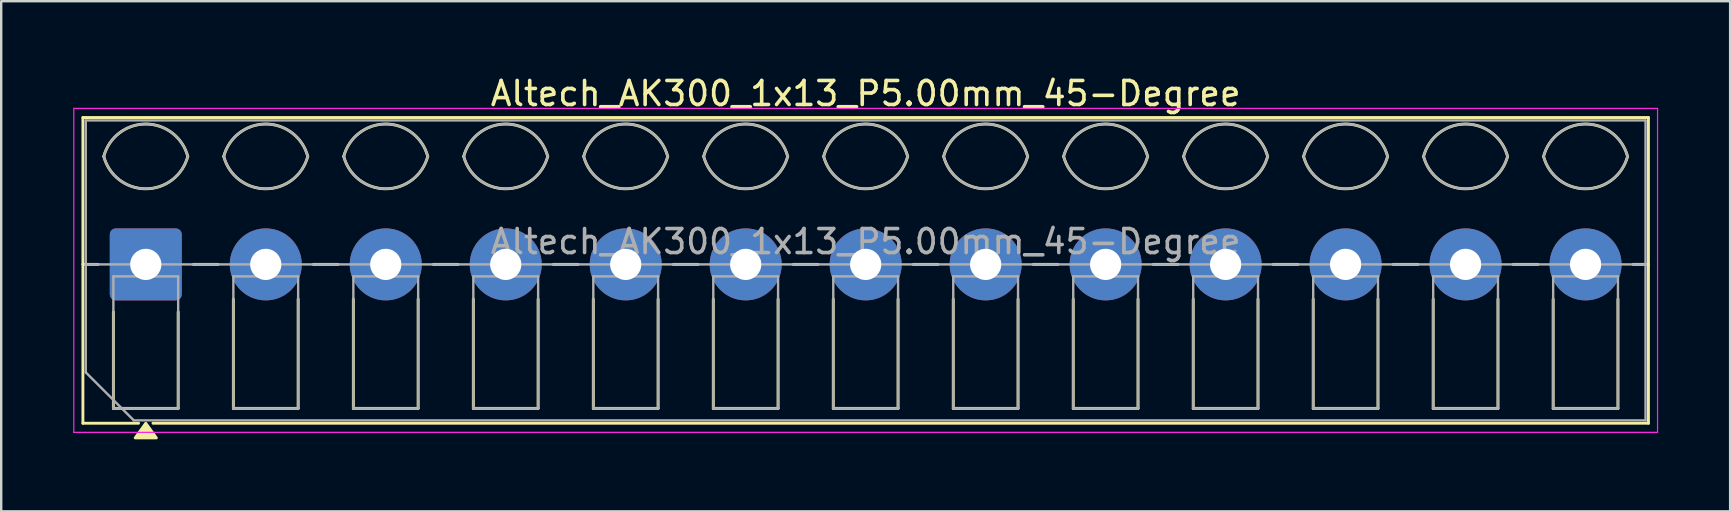
<source format=kicad_pcb>
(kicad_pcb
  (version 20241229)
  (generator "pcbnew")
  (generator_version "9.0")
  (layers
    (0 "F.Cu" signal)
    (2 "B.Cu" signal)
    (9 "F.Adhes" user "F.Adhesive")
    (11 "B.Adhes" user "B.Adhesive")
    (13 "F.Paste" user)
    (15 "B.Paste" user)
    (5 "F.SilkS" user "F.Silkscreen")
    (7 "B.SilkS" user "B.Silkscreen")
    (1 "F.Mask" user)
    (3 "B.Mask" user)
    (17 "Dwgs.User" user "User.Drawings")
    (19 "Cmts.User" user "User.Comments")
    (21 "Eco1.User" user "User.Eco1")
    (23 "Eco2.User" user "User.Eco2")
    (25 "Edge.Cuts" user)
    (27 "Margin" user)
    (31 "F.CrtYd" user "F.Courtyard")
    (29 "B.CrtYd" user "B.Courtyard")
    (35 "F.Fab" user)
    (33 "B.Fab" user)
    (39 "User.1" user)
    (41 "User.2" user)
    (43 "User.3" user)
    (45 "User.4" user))
  (footprint "Altech_AK300_1x13_P5.00mm_45-Degree"
    (layer "F.Cu")
    (at 3.025 7.968)
    (property "Reference" "Altech_AK300_1x13_P5.00mm_45-Degree" (at 30 -7.12 0) (layer "F.SilkS") (effects (font (size 1 1) (thickness 0.15))))
    (attr through_hole)
    (fp_line (start -2.62 -6.12) (end 62.62 -6.12) (stroke (width 0.12) (type solid)) (layer "F.SilkS"))
    (fp_line (start -2.62 0) (end -1.98 0) (stroke (width 0.12) (type solid)) (layer "F.SilkS"))
    (fp_line (start -2.62 6.62) (end -2.62 -6.12) (stroke (width 0.12) (type solid)) (layer "F.SilkS"))
    (fp_line (start -1.35 6) (end -1.35 1.98) (stroke (width 0.12) (type solid)) (layer "F.SilkS"))
    (fp_line (start -0.3 6.62) (end -2.62 6.62) (stroke (width 0.12) (type solid)) (layer "F.SilkS"))
    (fp_line (start 1.35 1.98) (end 1.35 6) (stroke (width 0.12) (type solid)) (layer "F.SilkS"))
    (fp_line (start 1.35 6) (end -1.35 6) (stroke (width 0.12) (type solid)) (layer "F.SilkS"))
    (fp_line (start 1.98 0) (end 3.02 0) (stroke (width 0.12) (type solid)) (layer "F.SilkS"))
    (fp_line (start 3.65 6) (end 3.65 1.448) (stroke (width 0.12) (type solid)) (layer "F.SilkS"))
    (fp_line (start 6.35 1.448) (end 6.35 6) (stroke (width 0.12) (type solid)) (layer "F.SilkS"))
    (fp_line (start 6.35 6) (end 3.65 6) (stroke (width 0.12) (type solid)) (layer "F.SilkS"))
    (fp_line (start 6.98 0) (end 8.02 0) (stroke (width 0.12) (type solid)) (layer "F.SilkS"))
    (fp_line (start 8.65 6) (end 8.65 1.448) (stroke (width 0.12) (type solid)) (layer "F.SilkS"))
    (fp_line (start 11.35 1.448) (end 11.35 6) (stroke (width 0.12) (type solid)) (layer "F.SilkS"))
    (fp_line (start 11.35 6) (end 8.65 6) (stroke (width 0.12) (type solid)) (layer "F.SilkS"))
    (fp_line (start 11.98 0) (end 13.02 0) (stroke (width 0.12) (type solid)) (layer "F.SilkS"))
    (fp_line (start 13.65 6) (end 13.65 1.448) (stroke (width 0.12) (type solid)) (layer "F.SilkS"))
    (fp_line (start 16.35 1.448) (end 16.35 6) (stroke (width 0.12) (type solid)) (layer "F.SilkS"))
    (fp_line (start 16.35 6) (end 13.65 6) (stroke (width 0.12) (type solid)) (layer "F.SilkS"))
    (fp_line (start 16.98 0) (end 18.02 0) (stroke (width 0.12) (type solid)) (layer "F.SilkS"))
    (fp_line (start 18.65 6) (end 18.65 1.448) (stroke (width 0.12) (type solid)) (layer "F.SilkS"))
    (fp_line (start 21.35 1.448) (end 21.35 6) (stroke (width 0.12) (type solid)) (layer "F.SilkS"))
    (fp_line (start 21.35 6) (end 18.65 6) (stroke (width 0.12) (type solid)) (layer "F.SilkS"))
    (fp_line (start 21.98 0) (end 23.02 0) (stroke (width 0.12) (type solid)) (layer "F.SilkS"))
    (fp_line (start 23.65 6) (end 23.65 1.448) (stroke (width 0.12) (type solid)) (layer "F.SilkS"))
    (fp_line (start 26.35 1.448) (end 26.35 6) (stroke (width 0.12) (type solid)) (layer "F.SilkS"))
    (fp_line (start 26.35 6) (end 23.65 6) (stroke (width 0.12) (type solid)) (layer "F.SilkS"))
    (fp_line (start 26.98 0) (end 28.02 0) (stroke (width 0.12) (type solid)) (layer "F.SilkS"))
    (fp_line (start 28.65 6) (end 28.65 1.448) (stroke (width 0.12) (type solid)) (layer "F.SilkS"))
    (fp_line (start 31.35 1.448) (end 31.35 6) (stroke (width 0.12) (type solid)) (layer "F.SilkS"))
    (fp_line (start 31.35 6) (end 28.65 6) (stroke (width 0.12) (type solid)) (layer "F.SilkS"))
    (fp_line (start 31.98 0) (end 33.02 0) (stroke (width 0.12) (type solid)) (layer "F.SilkS"))
    (fp_line (start 33.65 6) (end 33.65 1.448) (stroke (width 0.12) (type solid)) (layer "F.SilkS"))
    (fp_line (start 36.35 1.448) (end 36.35 6) (stroke (width 0.12) (type solid)) (layer "F.SilkS"))
    (fp_line (start 36.35 6) (end 33.65 6) (stroke (width 0.12) (type solid)) (layer "F.SilkS"))
    (fp_line (start 36.98 0) (end 38.02 0) (stroke (width 0.12) (type solid)) (layer "F.SilkS"))
    (fp_line (start 38.65 6) (end 38.65 1.448) (stroke (width 0.12) (type solid)) (layer "F.SilkS"))
    (fp_line (start 41.35 1.448) (end 41.35 6) (stroke (width 0.12) (type solid)) (layer "F.SilkS"))
    (fp_line (start 41.35 6) (end 38.65 6) (stroke (width 0.12) (type solid)) (layer "F.SilkS"))
    (fp_line (start 41.98 0) (end 43.02 0) (stroke (width 0.12) (type solid)) (layer "F.SilkS"))
    (fp_line (start 43.65 6) (end 43.65 1.448) (stroke (width 0.12) (type solid)) (layer "F.SilkS"))
    (fp_line (start 46.35 1.448) (end 46.35 6) (stroke (width 0.12) (type solid)) (layer "F.SilkS"))
    (fp_line (start 46.35 6) (end 43.65 6) (stroke (width 0.12) (type solid)) (layer "F.SilkS"))
    (fp_line (start 46.98 0) (end 48.02 0) (stroke (width 0.12) (type solid)) (layer "F.SilkS"))
    (fp_line (start 48.65 6) (end 48.65 1.448) (stroke (width 0.12) (type solid)) (layer "F.SilkS"))
    (fp_line (start 51.35 1.448) (end 51.35 6) (stroke (width 0.12) (type solid)) (layer "F.SilkS"))
    (fp_line (start 51.35 6) (end 48.65 6) (stroke (width 0.12) (type solid)) (layer "F.SilkS"))
    (fp_line (start 51.98 0) (end 53.02 0) (stroke (width 0.12) (type solid)) (layer "F.SilkS"))
    (fp_line (start 53.65 6) (end 53.65 1.448) (stroke (width 0.12) (type solid)) (layer "F.SilkS"))
    (fp_line (start 56.35 1.448) (end 56.35 6) (stroke (width 0.12) (type solid)) (layer "F.SilkS"))
    (fp_line (start 56.35 6) (end 53.65 6) (stroke (width 0.12) (type solid)) (layer "F.SilkS"))
    (fp_line (start 56.98 0) (end 58.02 0) (stroke (width 0.12) (type solid)) (layer "F.SilkS"))
    (fp_line (start 58.65 6) (end 58.65 1.448) (stroke (width 0.12) (type solid)) (layer "F.SilkS"))
    (fp_line (start 61.35 1.448) (end 61.35 6) (stroke (width 0.12) (type solid)) (layer "F.SilkS"))
    (fp_line (start 61.35 6) (end 58.65 6) (stroke (width 0.12) (type solid)) (layer "F.SilkS"))
    (fp_line (start 61.98 0) (end 62.62 0) (stroke (width 0.12) (type solid)) (layer "F.SilkS"))
    (fp_line (start 62.62 -6.12) (end 62.62 6.62) (stroke (width 0.12) (type solid)) (layer "F.SilkS"))
    (fp_line (start 62.62 6.62) (end 0.3 6.62) (stroke (width 0.12) (type solid)) (layer "F.SilkS"))
    (fp_arc (start -1.75 -4.5) (mid 0 -5.85) (end 1.75 -4.5) (stroke (width 0.12) (type solid)) (layer "F.SilkS"))
    (fp_arc (start 1.75 -4.5) (mid 0 -3.15) (end -1.75 -4.5) (stroke (width 0.12) (type solid)) (layer "F.SilkS"))
    (fp_arc (start 3.25 -4.5) (mid 5 -5.85) (end 6.75 -4.5) (stroke (width 0.12) (type solid)) (layer "F.SilkS"))
    (fp_arc (start 6.75 -4.5) (mid 5 -3.15) (end 3.25 -4.5) (stroke (width 0.12) (type solid)) (layer "F.SilkS"))
    (fp_arc (start 8.25 -4.5) (mid 10 -5.85) (end 11.75 -4.5) (stroke (width 0.12) (type solid)) (layer "F.SilkS"))
    (fp_arc (start 11.75 -4.5) (mid 10 -3.15) (end 8.25 -4.5) (stroke (width 0.12) (type solid)) (layer "F.SilkS"))
    (fp_arc (start 13.25 -4.5) (mid 15 -5.85) (end 16.75 -4.5) (stroke (width 0.12) (type solid)) (layer "F.SilkS"))
    (fp_arc (start 16.75 -4.5) (mid 15 -3.15) (end 13.25 -4.5) (stroke (width 0.12) (type solid)) (layer "F.SilkS"))
    (fp_arc (start 18.25 -4.5) (mid 20 -5.85) (end 21.75 -4.5) (stroke (width 0.12) (type solid)) (layer "F.SilkS"))
    (fp_arc (start 21.75 -4.5) (mid 20 -3.15) (end 18.25 -4.5) (stroke (width 0.12) (type solid)) (layer "F.SilkS"))
    (fp_arc (start 23.25 -4.5) (mid 25 -5.85) (end 26.75 -4.5) (stroke (width 0.12) (type solid)) (layer "F.SilkS"))
    (fp_arc (start 26.75 -4.5) (mid 25 -3.15) (end 23.25 -4.5) (stroke (width 0.12) (type solid)) (layer "F.SilkS"))
    (fp_arc (start 28.25 -4.5) (mid 30 -5.85) (end 31.75 -4.5) (stroke (width 0.12) (type solid)) (layer "F.SilkS"))
    (fp_arc (start 31.75 -4.5) (mid 30 -3.15) (end 28.25 -4.5) (stroke (width 0.12) (type solid)) (layer "F.SilkS"))
    (fp_arc (start 33.25 -4.5) (mid 35 -5.85) (end 36.75 -4.5) (stroke (width 0.12) (type solid)) (layer "F.SilkS"))
    (fp_arc (start 36.75 -4.5) (mid 35 -3.15) (end 33.25 -4.5) (stroke (width 0.12) (type solid)) (layer "F.SilkS"))
    (fp_arc (start 38.25 -4.5) (mid 40 -5.85) (end 41.75 -4.5) (stroke (width 0.12) (type solid)) (layer "F.SilkS"))
    (fp_arc (start 41.75 -4.5) (mid 40 -3.15) (end 38.25 -4.5) (stroke (width 0.12) (type solid)) (layer "F.SilkS"))
    (fp_arc (start 43.25 -4.5) (mid 45 -5.85) (end 46.75 -4.5) (stroke (width 0.12) (type solid)) (layer "F.SilkS"))
    (fp_arc (start 46.75 -4.5) (mid 45 -3.15) (end 43.25 -4.5) (stroke (width 0.12) (type solid)) (layer "F.SilkS"))
    (fp_arc (start 48.25 -4.5) (mid 50 -5.85) (end 51.75 -4.5) (stroke (width 0.12) (type solid)) (layer "F.SilkS"))
    (fp_arc (start 51.75 -4.5) (mid 50 -3.15) (end 48.25 -4.5) (stroke (width 0.12) (type solid)) (layer "F.SilkS"))
    (fp_arc (start 53.25 -4.5) (mid 55 -5.85) (end 56.75 -4.5) (stroke (width 0.12) (type solid)) (layer "F.SilkS"))
    (fp_arc (start 56.75 -4.5) (mid 55 -3.15) (end 53.25 -4.5) (stroke (width 0.12) (type solid)) (layer "F.SilkS"))
    (fp_arc (start 58.25 -4.5) (mid 60 -5.85) (end 61.75 -4.5) (stroke (width 0.12) (type solid)) (layer "F.SilkS"))
    (fp_arc (start 61.75 -4.5) (mid 60 -3.15) (end 58.25 -4.5) (stroke (width 0.12) (type solid)) (layer "F.SilkS"))
    (fp_poly (pts (xy 0 6.62) (xy 0.44 7.23) (xy -0.44 7.23)) (stroke (width 0.12) (type solid)) (fill yes) (layer "F.SilkS"))
    (fp_line (start -3 -6.5) (end -3 7) (stroke (width 0.05) (type solid)) (layer "F.CrtYd"))
    (fp_line (start -3 7) (end 63 7) (stroke (width 0.05) (type solid)) (layer "F.CrtYd"))
    (fp_line (start 63 -6.5) (end -3 -6.5) (stroke (width 0.05) (type solid)) (layer "F.CrtYd"))
    (fp_line (start 63 7) (end 63 -6.5) (stroke (width 0.05) (type solid)) (layer "F.CrtYd"))
    (fp_line (start -2.5 -6) (end 62.5 -6) (stroke (width 0.1) (type solid)) (layer "F.Fab"))
    (fp_line (start -2.5 0) (end 62.5 0) (stroke (width 0.1) (type solid)) (layer "F.Fab"))
    (fp_line (start -2.5 4.5) (end -2.5 -6) (stroke (width 0.1) (type solid)) (layer "F.Fab"))
    (fp_line (start -1.35 0.5) (end -1.35 6) (stroke (width 0.1) (type solid)) (layer "F.Fab"))
    (fp_line (start -1.35 6) (end 1.35 6) (stroke (width 0.1) (type solid)) (layer "F.Fab"))
    (fp_line (start -0.5 6.5) (end -2.5 4.5) (stroke (width 0.1) (type solid)) (layer "F.Fab"))
    (fp_line (start 1.35 0.5) (end -1.35 0.5) (stroke (width 0.1) (type solid)) (layer "F.Fab"))
    (fp_line (start 1.35 6) (end 1.35 0.5) (stroke (width 0.1) (type solid)) (layer "F.Fab"))
    (fp_line (start 3.65 0.5) (end 3.65 6) (stroke (width 0.1) (type solid)) (layer "F.Fab"))
    (fp_line (start 3.65 6) (end 6.35 6) (stroke (width 0.1) (type solid)) (layer "F.Fab"))
    (fp_line (start 6.35 0.5) (end 3.65 0.5) (stroke (width 0.1) (type solid)) (layer "F.Fab"))
    (fp_line (start 6.35 6) (end 6.35 0.5) (stroke (width 0.1) (type solid)) (layer "F.Fab"))
    (fp_line (start 8.65 0.5) (end 8.65 6) (stroke (width 0.1) (type solid)) (layer "F.Fab"))
    (fp_line (start 8.65 6) (end 11.351 6) (stroke (width 0.1) (type solid)) (layer "F.Fab"))
    (fp_line (start 11.351 0.5) (end 8.65 0.5) (stroke (width 0.1) (type solid)) (layer "F.Fab"))
    (fp_line (start 11.351 6) (end 11.351 0.5) (stroke (width 0.1) (type solid)) (layer "F.Fab"))
    (fp_line (start 13.65 0.5) (end 13.65 6) (stroke (width 0.1) (type solid)) (layer "F.Fab"))
    (fp_line (start 13.65 6) (end 16.351 6) (stroke (width 0.1) (type solid)) (layer "F.Fab"))
    (fp_line (start 16.351 0.5) (end 13.65 0.5) (stroke (width 0.1) (type solid)) (layer "F.Fab"))
    (fp_line (start 16.351 6) (end 16.351 0.5) (stroke (width 0.1) (type solid)) (layer "F.Fab"))
    (fp_line (start 18.65 0.5) (end 18.65 6) (stroke (width 0.1) (type solid)) (layer "F.Fab"))
    (fp_line (start 18.65 6) (end 21.35 6) (stroke (width 0.1) (type solid)) (layer "F.Fab"))
    (fp_line (start 21.35 0.5) (end 18.65 0.5) (stroke (width 0.1) (type solid)) (layer "F.Fab"))
    (fp_line (start 21.35 6) (end 21.35 0.5) (stroke (width 0.1) (type solid)) (layer "F.Fab"))
    (fp_line (start 23.65 0.5) (end 23.65 6) (stroke (width 0.1) (type solid)) (layer "F.Fab"))
    (fp_line (start 23.65 6) (end 26.35 6) (stroke (width 0.1) (type solid)) (layer "F.Fab"))
    (fp_line (start 26.35 0.5) (end 23.65 0.5) (stroke (width 0.1) (type solid)) (layer "F.Fab"))
    (fp_line (start 26.35 6) (end 26.35 0.5) (stroke (width 0.1) (type solid)) (layer "F.Fab"))
    (fp_line (start 28.65 0.5) (end 28.65 6) (stroke (width 0.1) (type solid)) (layer "F.Fab"))
    (fp_line (start 28.65 6) (end 31.35 6) (stroke (width 0.1) (type solid)) (layer "F.Fab"))
    (fp_line (start 31.35 0.5) (end 28.65 0.5) (stroke (width 0.1) (type solid)) (layer "F.Fab"))
    (fp_line (start 31.35 6) (end 31.35 0.5) (stroke (width 0.1) (type solid)) (layer "F.Fab"))
    (fp_line (start 33.65 0.5) (end 33.65 6) (stroke (width 0.1) (type solid)) (layer "F.Fab"))
    (fp_line (start 33.65 6) (end 36.35 6) (stroke (width 0.1) (type solid)) (layer "F.Fab"))
    (fp_line (start 36.35 0.5) (end 33.65 0.5) (stroke (width 0.1) (type solid)) (layer "F.Fab"))
    (fp_line (start 36.35 6) (end 36.35 0.5) (stroke (width 0.1) (type solid)) (layer "F.Fab"))
    (fp_line (start 38.65 0.5) (end 38.65 6) (stroke (width 0.1) (type solid)) (layer "F.Fab"))
    (fp_line (start 38.65 6) (end 41.35 6) (stroke (width 0.1) (type solid)) (layer "F.Fab"))
    (fp_line (start 41.35 0.5) (end 38.65 0.5) (stroke (width 0.1) (type solid)) (layer "F.Fab"))
    (fp_line (start 41.35 6) (end 41.35 0.5) (stroke (width 0.1) (type solid)) (layer "F.Fab"))
    (fp_line (start 43.65 0.5) (end 43.65 6) (stroke (width 0.1) (type solid)) (layer "F.Fab"))
    (fp_line (start 43.65 6) (end 46.35 6) (stroke (width 0.1) (type solid)) (layer "F.Fab"))
    (fp_line (start 46.35 0.5) (end 43.65 0.5) (stroke (width 0.1) (type solid)) (layer "F.Fab"))
    (fp_line (start 46.35 6) (end 46.35 0.5) (stroke (width 0.1) (type solid)) (layer "F.Fab"))
    (fp_line (start 48.65 0.5) (end 48.65 6) (stroke (width 0.1) (type solid)) (layer "F.Fab"))
    (fp_line (start 48.65 6) (end 51.35 6) (stroke (width 0.1) (type solid)) (layer "F.Fab"))
    (fp_line (start 51.35 0.5) (end 48.65 0.5) (stroke (width 0.1) (type solid)) (layer "F.Fab"))
    (fp_line (start 51.35 6) (end 51.35 0.5) (stroke (width 0.1) (type solid)) (layer "F.Fab"))
    (fp_line (start 53.65 0.5) (end 53.65 6) (stroke (width 0.1) (type solid)) (layer "F.Fab"))
    (fp_line (start 53.65 6) (end 56.35 6) (stroke (width 0.1) (type solid)) (layer "F.Fab"))
    (fp_line (start 56.35 0.5) (end 53.65 0.5) (stroke (width 0.1) (type solid)) (layer "F.Fab"))
    (fp_line (start 56.35 6) (end 56.35 0.5) (stroke (width 0.1) (type solid)) (layer "F.Fab"))
    (fp_line (start 58.65 0.5) (end 58.65 6) (stroke (width 0.1) (type solid)) (layer "F.Fab"))
    (fp_line (start 58.65 6) (end 61.35 6) (stroke (width 0.1) (type solid)) (layer "F.Fab"))
    (fp_line (start 61.35 0.5) (end 58.65 0.5) (stroke (width 0.1) (type solid)) (layer "F.Fab"))
    (fp_line (start 61.35 6) (end 61.35 0.5) (stroke (width 0.1) (type solid)) (layer "F.Fab"))
    (fp_line (start 62.5 -6) (end 62.5 6.5) (stroke (width 0.1) (type solid)) (layer "F.Fab"))
    (fp_line (start 62.5 6.5) (end -0.5 6.5) (stroke (width 0.1) (type solid)) (layer "F.Fab"))
    (fp_arc (start -1.75 -4.5) (mid 0 -5.85) (end 1.75 -4.5) (stroke (width 0.1) (type solid)) (layer "F.Fab"))
    (fp_arc (start 1.75 -4.5) (mid 0 -3.15) (end -1.75 -4.5) (stroke (width 0.1) (type solid)) (layer "F.Fab"))
    (fp_arc (start 3.25 -4.5) (mid 5 -5.85) (end 6.75 -4.5) (stroke (width 0.1) (type solid)) (layer "F.Fab"))
    (fp_arc (start 6.75 -4.5) (mid 5 -3.15) (end 3.25 -4.5) (stroke (width 0.1) (type solid)) (layer "F.Fab"))
    (fp_arc (start 8.25 -4.5) (mid 10 -5.85) (end 11.75 -4.5) (stroke (width 0.1) (type solid)) (layer "F.Fab"))
    (fp_arc (start 11.75 -4.5) (mid 10 -3.15) (end 8.25 -4.5) (stroke (width 0.1) (type solid)) (layer "F.Fab"))
    (fp_arc (start 13.25 -4.5) (mid 15 -5.85) (end 16.75 -4.5) (stroke (width 0.1) (type solid)) (layer "F.Fab"))
    (fp_arc (start 16.75 -4.5) (mid 15 -3.15) (end 13.25 -4.5) (stroke (width 0.1) (type solid)) (layer "F.Fab"))
    (fp_arc (start 18.25 -4.5) (mid 20 -5.85) (end 21.75 -4.5) (stroke (width 0.1) (type solid)) (layer "F.Fab"))
    (fp_arc (start 21.75 -4.5) (mid 20 -3.15) (end 18.25 -4.5) (stroke (width 0.1) (type solid)) (layer "F.Fab"))
    (fp_arc (start 23.25 -4.5) (mid 25 -5.85) (end 26.75 -4.5) (stroke (width 0.1) (type solid)) (layer "F.Fab"))
    (fp_arc (start 26.75 -4.5) (mid 25 -3.15) (end 23.25 -4.5) (stroke (width 0.1) (type solid)) (layer "F.Fab"))
    (fp_arc (start 28.25 -4.5) (mid 30 -5.85) (end 31.75 -4.5) (stroke (width 0.1) (type solid)) (layer "F.Fab"))
    (fp_arc (start 31.75 -4.5) (mid 30 -3.15) (end 28.25 -4.5) (stroke (width 0.1) (type solid)) (layer "F.Fab"))
    (fp_arc (start 33.25 -4.5) (mid 35 -5.85) (end 36.75 -4.5) (stroke (width 0.1) (type solid)) (layer "F.Fab"))
    (fp_arc (start 36.75 -4.5) (mid 35 -3.15) (end 33.25 -4.5) (stroke (width 0.1) (type solid)) (layer "F.Fab"))
    (fp_arc (start 38.25 -4.5) (mid 40 -5.85) (end 41.75 -4.5) (stroke (width 0.1) (type solid)) (layer "F.Fab"))
    (fp_arc (start 41.75 -4.5) (mid 40 -3.15) (end 38.25 -4.5) (stroke (width 0.1) (type solid)) (layer "F.Fab"))
    (fp_arc (start 43.25 -4.5) (mid 45 -5.85) (end 46.75 -4.5) (stroke (width 0.1) (type solid)) (layer "F.Fab"))
    (fp_arc (start 46.75 -4.5) (mid 45 -3.15) (end 43.25 -4.5) (stroke (width 0.1) (type solid)) (layer "F.Fab"))
    (fp_arc (start 48.25 -4.5) (mid 50 -5.85) (end 51.75 -4.5) (stroke (width 0.1) (type solid)) (layer "F.Fab"))
    (fp_arc (start 51.75 -4.5) (mid 50 -3.15) (end 48.25 -4.5) (stroke (width 0.1) (type solid)) (layer "F.Fab"))
    (fp_arc (start 53.25 -4.5) (mid 55 -5.85) (end 56.75 -4.5) (stroke (width 0.1) (type solid)) (layer "F.Fab"))
    (fp_arc (start 56.75 -4.5) (mid 55 -3.15) (end 53.25 -4.5) (stroke (width 0.1) (type solid)) (layer "F.Fab"))
    (fp_arc (start 58.25 -4.5) (mid 60 -5.85) (end 61.75 -4.5) (stroke (width 0.1) (type solid)) (layer "F.Fab"))
    (fp_arc (start 61.75 -4.5) (mid 60 -3.15) (end 58.25 -4.5) (stroke (width 0.1) (type solid)) (layer "F.Fab"))
    (fp_text user "${REFERENCE}" (at 30 -0.95 0) (layer "F.Fab") (effects (font (size 1 1) (thickness 0.15))))
    (pad "1" thru_hole roundrect (at 0 0) (size 3 3) (drill 1.3) (layers "*.Cu" "*.Mask") (roundrect_rratio 0.083))
    (pad "2" thru_hole circle (at 5 0) (size 3 3) (drill 1.3) (layers "*.Cu" "*.Mask"))
    (pad "3" thru_hole circle (at 10 0) (size 3 3) (drill 1.3) (layers "*.Cu" "*.Mask"))
    (pad "4" thru_hole circle (at 15 0) (size 3 3) (drill 1.3) (layers "*.Cu" "*.Mask"))
    (pad "5" thru_hole circle (at 20 0) (size 3 3) (drill 1.3) (layers "*.Cu" "*.Mask"))
    (pad "6" thru_hole circle (at 25 0) (size 3 3) (drill 1.3) (layers "*.Cu" "*.Mask"))
    (pad "7" thru_hole circle (at 30 0) (size 3 3) (drill 1.3) (layers "*.Cu" "*.Mask"))
    (pad "8" thru_hole circle (at 35 0) (size 3 3) (drill 1.3) (layers "*.Cu" "*.Mask"))
    (pad "9" thru_hole circle (at 40 0) (size 3 3) (drill 1.3) (layers "*.Cu" "*.Mask"))
    (pad "10" thru_hole circle (at 45 0) (size 3 3) (drill 1.3) (layers "*.Cu" "*.Mask"))
    (pad "11" thru_hole circle (at 50 0) (size 3 3) (drill 1.3) (layers "*.Cu" "*.Mask"))
    (pad "12" thru_hole circle (at 55 0) (size 3 3) (drill 1.3) (layers "*.Cu" "*.Mask"))
    (pad "13" thru_hole circle (at 60 0) (size 3 3) (drill 1.3) (layers "*.Cu" "*.Mask")))
  (gr_rect
    (start -3 -3)
    (end 69.05 18.258)
    (stroke (width 0.1) (type default))
    (fill no)
    (layer "Edge.Cuts")))
</source>
